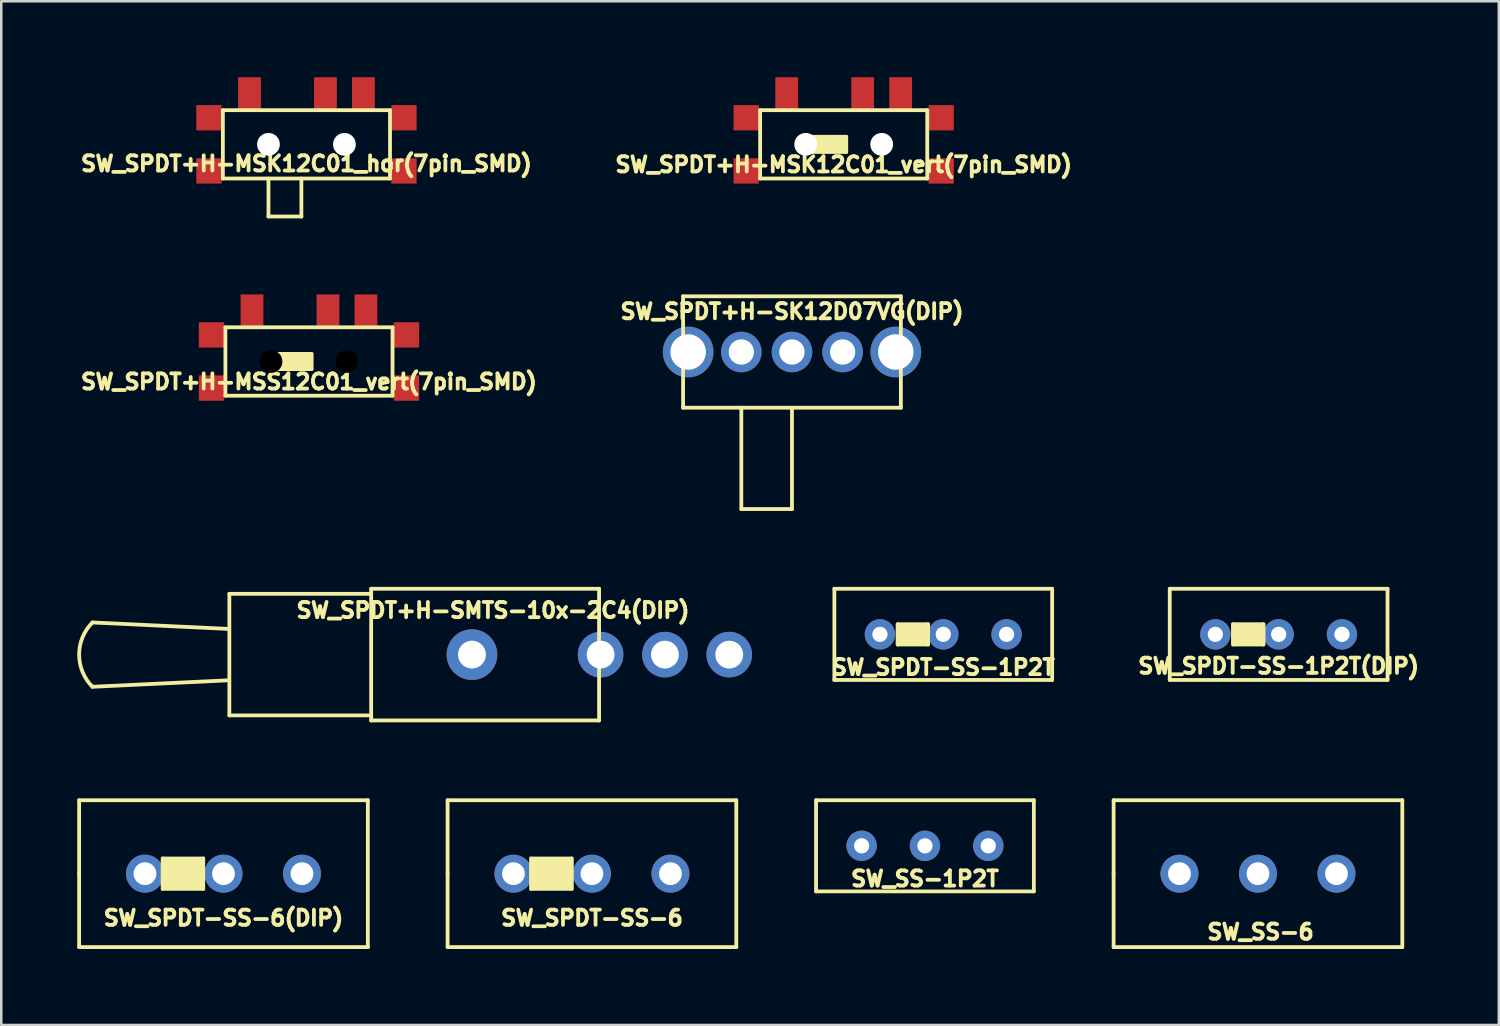
<source format=kicad_pcb>
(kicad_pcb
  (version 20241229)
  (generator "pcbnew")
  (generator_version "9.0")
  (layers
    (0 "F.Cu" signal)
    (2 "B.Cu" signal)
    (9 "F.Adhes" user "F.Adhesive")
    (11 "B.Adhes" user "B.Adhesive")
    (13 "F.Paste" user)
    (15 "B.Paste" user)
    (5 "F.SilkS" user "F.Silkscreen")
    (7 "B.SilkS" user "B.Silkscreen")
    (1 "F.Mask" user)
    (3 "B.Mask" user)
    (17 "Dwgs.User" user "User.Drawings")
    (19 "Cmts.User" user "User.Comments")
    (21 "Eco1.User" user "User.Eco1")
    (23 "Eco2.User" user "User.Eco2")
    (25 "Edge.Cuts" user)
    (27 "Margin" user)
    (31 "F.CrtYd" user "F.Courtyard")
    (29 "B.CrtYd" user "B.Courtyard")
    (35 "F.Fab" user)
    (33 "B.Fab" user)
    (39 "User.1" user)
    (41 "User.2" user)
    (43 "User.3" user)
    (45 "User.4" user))
  (footprint "SW_SPDT+H-MSS12C01_vert(7pin_SMD)"
    (layer "F.Cu")
    (at 9.151 11.225)
    (property "Reference" "SW_SPDT+H-MSS12C01_vert(7pin_SMD)" (at 0 0.8 0) (layer "F.SilkS") (effects (font (size 0.6 0.6) (thickness 0.15))))
    (attr smd)
    (fp_line (start -3.3 -1.35) (end 3.3 -1.35) (stroke (width 0.15) (type solid)) (layer "F.SilkS"))
    (fp_line (start -3.3 1.35) (end -3.3 -1.35) (stroke (width 0.15) (type solid)) (layer "F.SilkS"))
    (fp_line (start -1.5 -0.3) (end -1.5 0.3) (stroke (width 0.15) (type solid)) (layer "F.SilkS"))
    (fp_line (start -1.5 0.3) (end 0.1 0.3) (stroke (width 0.15) (type solid)) (layer "F.SilkS"))
    (fp_line (start 0.1 -0.3) (end -1.5 -0.3) (stroke (width 0.15) (type solid)) (layer "F.SilkS"))
    (fp_line (start 0.1 -0.2) (end -1.5 -0.2) (stroke (width 0.15) (type solid)) (layer "F.SilkS"))
    (fp_line (start 0.1 -0.1) (end -1.5 -0.1) (stroke (width 0.15) (type solid)) (layer "F.SilkS"))
    (fp_line (start 0.1 0) (end -1.5 0) (stroke (width 0.15) (type solid)) (layer "F.SilkS"))
    (fp_line (start 0.1 0.1) (end -1.5 0.1) (stroke (width 0.15) (type solid)) (layer "F.SilkS"))
    (fp_line (start 0.1 0.2) (end -1.5 0.2) (stroke (width 0.15) (type solid)) (layer "F.SilkS"))
    (fp_line (start 0.1 0.3) (end 0.1 -0.3) (stroke (width 0.15) (type solid)) (layer "F.SilkS"))
    (fp_line (start 3.3 -1.35) (end 3.3 1.35) (stroke (width 0.15) (type solid)) (layer "F.SilkS"))
    (fp_line (start 3.3 1.35) (end -3.3 1.35) (stroke (width 0.15) (type solid)) (layer "F.SilkS"))
    (pad "" np_thru_hole circle (at -1.5 0) (size 1.3 1.3) (drill 0.9) (layers "*.Mask"))
    (pad "" np_thru_hole circle (at 1.5 0) (size 1.3 1.3) (drill 0.9) (layers "*.Mask"))
    (pad "1" smd rect (at -2.25 -2) (size 0.9 1.3) (layers "F.Cu" "F.Mask" "F.Paste"))
    (pad "2" smd rect (at 0.75 -2) (size 0.9 1.3) (layers "F.Cu" "F.Mask" "F.Paste"))
    (pad "3" smd rect (at 2.25 -2) (size 0.9 1.3) (layers "F.Cu" "F.Mask" "F.Paste"))
    (pad "H" smd rect (at -3.85 -1.05) (size 1 1) (layers "F.Cu" "F.Mask" "F.Paste"))
    (pad "H" smd rect (at -3.85 1.05) (size 1 1) (layers "F.Cu" "F.Mask" "F.Paste"))
    (pad "H" smd rect (at 3.85 -1.05) (size 1 1) (layers "F.Cu" "F.Mask" "F.Paste"))
    (pad "H" smd rect (at 3.85 1.05) (size 1 1) (layers "F.Cu" "F.Mask" "F.Paste")))
  (footprint "SW_SPDT-SS-1P2T"
    (layer "F.Cu")
    (at 34.198 22)
    (property "Reference" "SW_SPDT-SS-1P2T" (at 0 1.3 0) (layer "F.SilkS") (effects (font (size 0.6 0.6) (thickness 0.15))))
    (attr through_hole)
    (fp_line (start -4.3 -1.8) (end 4.3 -1.8) (stroke (width 0.15) (type solid)) (layer "F.SilkS"))
    (fp_line (start -4.3 1.8) (end -4.3 -1.8) (stroke (width 0.15) (type solid)) (layer "F.SilkS"))
    (fp_line (start -1.8 -0.4) (end -1.8 0.4) (stroke (width 0.15) (type solid)) (layer "F.SilkS"))
    (fp_line (start -1.8 -0.3) (end -0.6 -0.3) (stroke (width 0.15) (type solid)) (layer "F.SilkS"))
    (fp_line (start -1.8 -0.1) (end -0.6 -0.1) (stroke (width 0.15) (type solid)) (layer "F.SilkS"))
    (fp_line (start -1.8 0.1) (end -0.6 0.1) (stroke (width 0.15) (type solid)) (layer "F.SilkS"))
    (fp_line (start -1.8 0.3) (end -0.6 0.3) (stroke (width 0.15) (type solid)) (layer "F.SilkS"))
    (fp_line (start -0.6 -0.4) (end -1.8 -0.4) (stroke (width 0.15) (type solid)) (layer "F.SilkS"))
    (fp_line (start -0.6 -0.2) (end -1.8 -0.2) (stroke (width 0.15) (type solid)) (layer "F.SilkS"))
    (fp_line (start -0.6 0) (end -1.8 0) (stroke (width 0.15) (type solid)) (layer "F.SilkS"))
    (fp_line (start -0.6 0.2) (end -1.8 0.2) (stroke (width 0.15) (type solid)) (layer "F.SilkS"))
    (fp_line (start -0.6 0.4) (end -1.8 0.4) (stroke (width 0.15) (type solid)) (layer "F.SilkS"))
    (fp_line (start -0.6 0.4) (end -0.6 -0.4) (stroke (width 0.15) (type solid)) (layer "F.SilkS"))
    (fp_line (start 4.3 -1.8) (end 4.3 1.8) (stroke (width 0.15) (type solid)) (layer "F.SilkS"))
    (fp_line (start 4.3 1.8) (end -4.3 1.8) (stroke (width 0.15) (type solid)) (layer "F.SilkS"))
    (pad "1" thru_hole circle (at -2.5 0) (size 1.2 1.2) (drill 0.6) (layers "*.Cu" "*.Mask"))
    (pad "2" thru_hole circle (at 0 0) (size 1.2 1.2) (drill 0.6) (layers "*.Cu" "*.Mask"))
    (pad "3" thru_hole circle (at 2.5 0) (size 1.2 1.2) (drill 0.6) (layers "*.Cu" "*.Mask")))
  (footprint "SW_SPDT-SS-6"
    (layer "F.Cu")
    (at 20.325 31.45)
    (property "Reference" "SW_SPDT-SS-6" (at 0 1.75 0) (layer "F.SilkS") (effects (font (size 0.6 0.6) (thickness 0.15))))
    (attr through_hole)
    (fp_line (start -5.7 -2.9) (end 5.7 -2.9) (stroke (width 0.15) (type solid)) (layer "F.SilkS"))
    (fp_line (start -5.7 0) (end -5.7 -2.9) (stroke (width 0.15) (type solid)) (layer "F.SilkS"))
    (fp_line (start -5.7 2.9) (end -5.7 0) (stroke (width 0.15) (type solid)) (layer "F.SilkS"))
    (fp_line (start -2.4 -0.6) (end -2.4 0.6) (stroke (width 0.15) (type solid)) (layer "F.SilkS"))
    (fp_line (start -2.4 -0.3) (end -0.8 -0.3) (stroke (width 0.15) (type solid)) (layer "F.SilkS"))
    (fp_line (start -2.4 0.1) (end -0.8 0.1) (stroke (width 0.15) (type solid)) (layer "F.SilkS"))
    (fp_line (start -2.4 0.5) (end -0.8 0.5) (stroke (width 0.15) (type solid)) (layer "F.SilkS"))
    (fp_line (start -0.8 -0.6) (end -2.4 -0.6) (stroke (width 0.15) (type solid)) (layer "F.SilkS"))
    (fp_line (start -0.8 -0.6) (end -0.8 0.6) (stroke (width 0.15) (type solid)) (layer "F.SilkS"))
    (fp_line (start -0.8 -0.5) (end -2.4 -0.5) (stroke (width 0.15) (type solid)) (layer "F.SilkS"))
    (fp_line (start -0.8 -0.4) (end -2.4 -0.4) (stroke (width 0.15) (type solid)) (layer "F.SilkS"))
    (fp_line (start -0.8 -0.2) (end -2.4 -0.2) (stroke (width 0.15) (type solid)) (layer "F.SilkS"))
    (fp_line (start -0.8 -0.1) (end -2.4 -0.1) (stroke (width 0.15) (type solid)) (layer "F.SilkS"))
    (fp_line (start -0.8 0) (end -2.4 0) (stroke (width 0.15) (type solid)) (layer "F.SilkS"))
    (fp_line (start -0.8 0.2) (end -2.4 0.2) (stroke (width 0.15) (type solid)) (layer "F.SilkS"))
    (fp_line (start -0.8 0.3) (end -2.4 0.3) (stroke (width 0.15) (type solid)) (layer "F.SilkS"))
    (fp_line (start -0.8 0.4) (end -2.4 0.4) (stroke (width 0.15) (type solid)) (layer "F.SilkS"))
    (fp_line (start -0.8 0.6) (end -2.4 0.6) (stroke (width 0.15) (type solid)) (layer "F.SilkS"))
    (fp_line (start 5.7 -2.9) (end 5.7 2.9) (stroke (width 0.15) (type solid)) (layer "F.SilkS"))
    (fp_line (start 5.7 2.9) (end -5.7 2.9) (stroke (width 0.15) (type solid)) (layer "F.SilkS"))
    (pad "1" thru_hole circle (at -3.1 0) (size 1.5 1.5) (drill 0.9) (layers "*.Cu" "*.Mask"))
    (pad "2" thru_hole circle (at 0 0) (size 1.5 1.5) (drill 0.9) (layers "*.Cu" "*.Mask"))
    (pad "3" thru_hole circle (at 3.1 0) (size 1.5 1.5) (drill 0.9) (layers "*.Cu" "*.Mask")))
  (footprint "SW_SPDT-SS-1P2T(DIP)"
    (layer "F.Cu")
    (at 47.442 22)
    (property "Reference" "SW_SPDT-SS-1P2T(DIP)" (at 0 1.25 0) (layer "F.SilkS") (effects (font (size 0.6 0.6) (thickness 0.15))))
    (attr through_hole)
    (fp_line (start -4.3 -1.8) (end 4.3 -1.8) (stroke (width 0.15) (type solid)) (layer "F.SilkS"))
    (fp_line (start -4.3 1.8) (end -4.3 -1.8) (stroke (width 0.15) (type solid)) (layer "F.SilkS"))
    (fp_line (start -1.8 -0.4) (end -1.8 0.4) (stroke (width 0.15) (type solid)) (layer "F.SilkS"))
    (fp_line (start -1.8 -0.3) (end -0.6 -0.3) (stroke (width 0.15) (type solid)) (layer "F.SilkS"))
    (fp_line (start -1.8 -0.1) (end -0.6 -0.1) (stroke (width 0.15) (type solid)) (layer "F.SilkS"))
    (fp_line (start -1.8 0.1) (end -0.6 0.1) (stroke (width 0.15) (type solid)) (layer "F.SilkS"))
    (fp_line (start -1.8 0.3) (end -0.6 0.3) (stroke (width 0.15) (type solid)) (layer "F.SilkS"))
    (fp_line (start -0.6 -0.4) (end -1.8 -0.4) (stroke (width 0.15) (type solid)) (layer "F.SilkS"))
    (fp_line (start -0.6 -0.2) (end -1.8 -0.2) (stroke (width 0.15) (type solid)) (layer "F.SilkS"))
    (fp_line (start -0.6 0) (end -1.8 0) (stroke (width 0.15) (type solid)) (layer "F.SilkS"))
    (fp_line (start -0.6 0.2) (end -1.8 0.2) (stroke (width 0.15) (type solid)) (layer "F.SilkS"))
    (fp_line (start -0.6 0.4) (end -1.8 0.4) (stroke (width 0.15) (type solid)) (layer "F.SilkS"))
    (fp_line (start -0.6 0.4) (end -0.6 -0.4) (stroke (width 0.15) (type solid)) (layer "F.SilkS"))
    (fp_line (start 4.3 -1.8) (end 4.3 1.8) (stroke (width 0.15) (type solid)) (layer "F.SilkS"))
    (fp_line (start 4.3 1.8) (end -4.3 1.8) (stroke (width 0.15) (type solid)) (layer "F.SilkS"))
    (pad "1" thru_hole circle (at -2.5 0) (size 1.2 1.2) (drill 0.6) (layers "*.Cu" "*.Mask"))
    (pad "2" thru_hole circle (at 0 0) (size 1.2 1.2) (drill 0.6) (layers "*.Cu" "*.Mask"))
    (pad "3" thru_hole circle (at 2.5 0) (size 1.2 1.2) (drill 0.6) (layers "*.Cu" "*.Mask")))
  (footprint "SW_SPDT+H-MSK12C01_hor(7pin_SMD)"
    (layer "F.Cu")
    (at 9.051 2.65)
    (property "Reference" "SW_SPDT+H-MSK12C01_hor(7pin_SMD)" (at 0 0.762 0) (layer "F.SilkS") (effects (font (size 0.6 0.6) (thickness 0.15))))
    (attr smd)
    (fp_line (start -3.3 -1.35) (end 3.3 -1.35) (stroke (width 0.15) (type solid)) (layer "F.SilkS"))
    (fp_line (start -3.3 1.35) (end -3.3 -1.35) (stroke (width 0.15) (type solid)) (layer "F.SilkS"))
    (fp_line (start -1.5 1.35) (end -1.5 2.85) (stroke (width 0.15) (type solid)) (layer "F.SilkS"))
    (fp_line (start -1.5 2.85) (end -0.2 2.85) (stroke (width 0.15) (type solid)) (layer "F.SilkS"))
    (fp_line (start -0.2 1.35) (end -0.2 2.85) (stroke (width 0.15) (type solid)) (layer "F.SilkS"))
    (fp_line (start 3.3 -1.35) (end 3.3 1.35) (stroke (width 0.15) (type solid)) (layer "F.SilkS"))
    (fp_line (start 3.3 1.35) (end -3.3 1.35) (stroke (width 0.15) (type solid)) (layer "F.SilkS"))
    (pad "" np_thru_hole circle (at -1.5 0) (size 0.9 0.9) (drill 0.9) (layers "*.Cu" "*.Mask"))
    (pad "" np_thru_hole circle (at 1.5 0) (size 0.9 0.9) (drill 0.9) (layers "*.Cu" "*.Mask"))
    (pad "1" smd rect (at -2.25 -2) (size 0.9 1.3) (layers "F.Cu" "F.Mask" "F.Paste"))
    (pad "2" smd rect (at 0.75 -2) (size 0.9 1.3) (layers "F.Cu" "F.Mask" "F.Paste"))
    (pad "3" smd rect (at 2.25 -2) (size 0.9 1.3) (layers "F.Cu" "F.Mask" "F.Paste"))
    (pad "H" smd rect (at -3.85 -1.05) (size 1 1) (layers "F.Cu" "F.Mask" "F.Paste"))
    (pad "H" smd rect (at -3.85 1.05) (size 1 1) (layers "F.Cu" "F.Mask" "F.Paste"))
    (pad "H" smd rect (at 3.85 -1.05) (size 1 1) (layers "F.Cu" "F.Mask" "F.Paste"))
    (pad "H" smd rect (at 3.85 1.05) (size 1 1) (layers "F.Cu" "F.Mask" "F.Paste")))
  (footprint "SW_SPDT+H-MSK12C01_vert(7pin_SMD)"
    (layer "F.Cu")
    (at 30.266 2.65)
    (property "Reference" "SW_SPDT+H-MSK12C01_vert(7pin_SMD)" (at 0 0.8 0) (layer "F.SilkS") (effects (font (size 0.6 0.6) (thickness 0.15))))
    (attr smd)
    (fp_line (start -3.3 -1.35) (end 3.3 -1.35) (stroke (width 0.15) (type solid)) (layer "F.SilkS"))
    (fp_line (start -3.3 1.35) (end -3.3 -1.35) (stroke (width 0.15) (type solid)) (layer "F.SilkS"))
    (fp_line (start -1.5 -0.3) (end -1.5 0.3) (stroke (width 0.15) (type solid)) (layer "F.SilkS"))
    (fp_line (start -1.5 0.3) (end 0.1 0.3) (stroke (width 0.15) (type solid)) (layer "F.SilkS"))
    (fp_line (start 0.1 -0.3) (end -1.5 -0.3) (stroke (width 0.15) (type solid)) (layer "F.SilkS"))
    (fp_line (start 0.1 -0.2) (end -1.5 -0.2) (stroke (width 0.15) (type solid)) (layer "F.SilkS"))
    (fp_line (start 0.1 -0.1) (end -1.5 -0.1) (stroke (width 0.15) (type solid)) (layer "F.SilkS"))
    (fp_line (start 0.1 0) (end -1.5 0) (stroke (width 0.15) (type solid)) (layer "F.SilkS"))
    (fp_line (start 0.1 0.1) (end -1.5 0.1) (stroke (width 0.15) (type solid)) (layer "F.SilkS"))
    (fp_line (start 0.1 0.2) (end -1.5 0.2) (stroke (width 0.15) (type solid)) (layer "F.SilkS"))
    (fp_line (start 0.1 0.3) (end 0.1 -0.3) (stroke (width 0.15) (type solid)) (layer "F.SilkS"))
    (fp_line (start 3.3 -1.35) (end 3.3 1.35) (stroke (width 0.15) (type solid)) (layer "F.SilkS"))
    (fp_line (start 3.3 1.35) (end -3.3 1.35) (stroke (width 0.15) (type solid)) (layer "F.SilkS"))
    (pad "" np_thru_hole circle (at -1.5 0) (size 0.9 0.9) (drill 0.9) (layers "*.Cu" "*.Mask"))
    (pad "" np_thru_hole circle (at 1.5 0) (size 0.9 0.9) (drill 0.9) (layers "*.Cu" "*.Mask"))
    (pad "1" smd rect (at -2.25 -2) (size 0.9 1.3) (layers "F.Cu" "F.Mask" "F.Paste"))
    (pad "2" smd rect (at 0.75 -2) (size 0.9 1.3) (layers "F.Cu" "F.Mask" "F.Paste"))
    (pad "3" smd rect (at 2.25 -2) (size 0.9 1.3) (layers "F.Cu" "F.Mask" "F.Paste"))
    (pad "H" smd rect (at -3.85 -1.05) (size 1 1) (layers "F.Cu" "F.Mask" "F.Paste"))
    (pad "H" smd rect (at -3.85 1.05) (size 1 1) (layers "F.Cu" "F.Mask" "F.Paste"))
    (pad "H" smd rect (at 3.85 -1.05) (size 1 1) (layers "F.Cu" "F.Mask" "F.Paste"))
    (pad "H" smd rect (at 3.85 1.05) (size 1 1) (layers "F.Cu" "F.Mask" "F.Paste")))
  (footprint "SW_SS-6"
    (layer "F.Cu")
    (at 46.625 31.45)
    (property "Reference" "SW_SS-6" (at 0.1 2.3 0) (layer "F.SilkS") (effects (font (size 0.6 0.6) (thickness 0.15))))
    (attr through_hole)
    (fp_line (start -5.7 -2.9) (end 5.7 -2.9) (stroke (width 0.15) (type solid)) (layer "F.SilkS"))
    (fp_line (start -5.7 0) (end -5.7 -2.9) (stroke (width 0.15) (type solid)) (layer "F.SilkS"))
    (fp_line (start -5.7 2.9) (end -5.7 0) (stroke (width 0.15) (type solid)) (layer "F.SilkS"))
    (fp_line (start 5.7 -2.9) (end 5.7 2.9) (stroke (width 0.15) (type solid)) (layer "F.SilkS"))
    (fp_line (start 5.7 2.9) (end -5.7 2.9) (stroke (width 0.15) (type solid)) (layer "F.SilkS"))
    (pad "1" thru_hole circle (at -3.1 0) (size 1.5 1.5) (drill 0.9) (layers "*.Cu" "*.Mask"))
    (pad "2" thru_hole circle (at 0 0) (size 1.5 1.5) (drill 0.9) (layers "*.Cu" "*.Mask"))
    (pad "3" thru_hole circle (at 3.1 0) (size 1.5 1.5) (drill 0.9) (layers "*.Cu" "*.Mask")))
  (footprint "SW_SPDT-SS-6(DIP)"
    (layer "F.Cu")
    (at 5.775 31.45)
    (property "Reference" "SW_SPDT-SS-6(DIP)" (at 0 1.75 0) (layer "F.SilkS") (effects (font (size 0.6 0.6) (thickness 0.15))))
    (attr through_hole)
    (fp_line (start -5.7 -2.9) (end 5.7 -2.9) (stroke (width 0.15) (type solid)) (layer "F.SilkS"))
    (fp_line (start -5.7 0) (end -5.7 -2.9) (stroke (width 0.15) (type solid)) (layer "F.SilkS"))
    (fp_line (start -5.7 2.9) (end -5.7 0) (stroke (width 0.15) (type solid)) (layer "F.SilkS"))
    (fp_line (start -2.4 -0.6) (end -2.4 0.6) (stroke (width 0.15) (type solid)) (layer "F.SilkS"))
    (fp_line (start -2.4 -0.3) (end -0.8 -0.3) (stroke (width 0.15) (type solid)) (layer "F.SilkS"))
    (fp_line (start -2.4 0.1) (end -0.8 0.1) (stroke (width 0.15) (type solid)) (layer "F.SilkS"))
    (fp_line (start -2.4 0.5) (end -0.8 0.5) (stroke (width 0.15) (type solid)) (layer "F.SilkS"))
    (fp_line (start -0.8 -0.6) (end -2.4 -0.6) (stroke (width 0.15) (type solid)) (layer "F.SilkS"))
    (fp_line (start -0.8 -0.6) (end -0.8 0.6) (stroke (width 0.15) (type solid)) (layer "F.SilkS"))
    (fp_line (start -0.8 -0.5) (end -2.4 -0.5) (stroke (width 0.15) (type solid)) (layer "F.SilkS"))
    (fp_line (start -0.8 -0.4) (end -2.4 -0.4) (stroke (width 0.15) (type solid)) (layer "F.SilkS"))
    (fp_line (start -0.8 -0.2) (end -2.4 -0.2) (stroke (width 0.15) (type solid)) (layer "F.SilkS"))
    (fp_line (start -0.8 -0.1) (end -2.4 -0.1) (stroke (width 0.15) (type solid)) (layer "F.SilkS"))
    (fp_line (start -0.8 0) (end -2.4 0) (stroke (width 0.15) (type solid)) (layer "F.SilkS"))
    (fp_line (start -0.8 0.2) (end -2.4 0.2) (stroke (width 0.15) (type solid)) (layer "F.SilkS"))
    (fp_line (start -0.8 0.3) (end -2.4 0.3) (stroke (width 0.15) (type solid)) (layer "F.SilkS"))
    (fp_line (start -0.8 0.4) (end -2.4 0.4) (stroke (width 0.15) (type solid)) (layer "F.SilkS"))
    (fp_line (start -0.8 0.6) (end -2.4 0.6) (stroke (width 0.15) (type solid)) (layer "F.SilkS"))
    (fp_line (start 5.7 -2.9) (end 5.7 2.9) (stroke (width 0.15) (type solid)) (layer "F.SilkS"))
    (fp_line (start 5.7 2.9) (end -5.7 2.9) (stroke (width 0.15) (type solid)) (layer "F.SilkS"))
    (pad "1" thru_hole circle (at -3.1 0) (size 1.5 1.5) (drill 0.9) (layers "*.Cu" "*.Mask"))
    (pad "2" thru_hole circle (at 0 0) (size 1.5 1.5) (drill 0.9) (layers "*.Cu" "*.Mask"))
    (pad "3" thru_hole circle (at 3.1 0) (size 1.5 1.5) (drill 0.9) (layers "*.Cu" "*.Mask")))
  (footprint "SW_SPDT+H-SK12D07VG(DIP)"
    (layer "F.Cu")
    (at 28.224 10.85)
    (property "Reference" "SW_SPDT+H-SK12D07VG(DIP)" (at 0 -1.6 0) (layer "F.SilkS") (effects (font (size 0.6 0.6) (thickness 0.15))))
    (attr through_hole)
    (fp_line (start -4.3 -2.2) (end 4.3 -2.2) (stroke (width 0.15) (type solid)) (layer "F.SilkS"))
    (fp_line (start -4.3 2.2) (end -4.3 -2.2) (stroke (width 0.15) (type solid)) (layer "F.SilkS"))
    (fp_line (start -2 6.2) (end -2 2.2) (stroke (width 0.15) (type solid)) (layer "F.SilkS"))
    (fp_line (start -2 6.2) (end 0 6.2) (stroke (width 0.15) (type solid)) (layer "F.SilkS"))
    (fp_line (start 0 2.2) (end 0 6.2) (stroke (width 0.15) (type solid)) (layer "F.SilkS"))
    (fp_line (start 4.3 -2.2) (end 4.3 2.2) (stroke (width 0.15) (type solid)) (layer "F.SilkS"))
    (fp_line (start 4.3 2.2) (end -4.3 2.2) (stroke (width 0.15) (type solid)) (layer "F.SilkS"))
    (pad "1" thru_hole circle (at -2 0) (size 1.6 1.6) (drill 1) (layers "*.Cu" "*.Mask"))
    (pad "2" thru_hole circle (at 0 0) (size 1.6 1.6) (drill 1) (layers "*.Cu" "*.Mask"))
    (pad "3" thru_hole circle (at 2 0) (size 1.6 1.6) (drill 1) (layers "*.Cu" "*.Mask"))
    (pad "H" thru_hole circle (at -4.1 0) (size 2 2) (drill 1.4) (layers "*.Cu" "*.Mask"))
    (pad "H" thru_hole circle (at 4.1 0) (size 2 2) (drill 1.4) (layers "*.Cu" "*.Mask")))
  (footprint "SW_SS-1P2T"
    (layer "F.Cu")
    (at 33.475 30.35)
    (property "Reference" "SW_SS-1P2T" (at 0 1.3 0) (layer "F.SilkS") (effects (font (size 0.6 0.6) (thickness 0.15))))
    (attr through_hole)
    (fp_line (start -4.3 -1.8) (end 4.3 -1.8) (stroke (width 0.15) (type solid)) (layer "F.SilkS"))
    (fp_line (start -4.3 1.8) (end -4.3 -1.8) (stroke (width 0.15) (type solid)) (layer "F.SilkS"))
    (fp_line (start 4.3 -1.8) (end 4.3 1.8) (stroke (width 0.15) (type solid)) (layer "F.SilkS"))
    (fp_line (start 4.3 1.8) (end -4.3 1.8) (stroke (width 0.15) (type solid)) (layer "F.SilkS"))
    (pad "1" thru_hole circle (at -2.5 0) (size 1.2 1.2) (drill 0.6) (layers "*.Cu" "*.Mask"))
    (pad "2" thru_hole circle (at 0 0) (size 1.2 1.2) (drill 0.6) (layers "*.Cu" "*.Mask"))
    (pad "3" thru_hole circle (at 2.5 0) (size 1.2 1.2) (drill 0.6) (layers "*.Cu" "*.Mask")))
  (footprint "SW_SPDT+H-SMTS-10x-2C4(DIP)"
    (layer "F.Cu")
    (at 20.667 22.8)
    (property "Reference" "SW_SPDT+H-SMTS-10x-2C4(DIP)" (at -4.25 -1.75 0) (layer "F.SilkS") (effects (font (size 0.6 0.6) (thickness 0.15))))
    (attr through_hole)
    (fp_line (start -20.066 -1.27) (end -14.732 -1.016) (stroke (width 0.15) (type solid)) (layer "F.SilkS"))
    (fp_line (start -20.066 1.27) (end -14.732 1.016) (stroke (width 0.15) (type solid)) (layer "F.SilkS"))
    (fp_line (start -14.66 -2.4) (end -14.66 2.4) (stroke (width 0.15) (type solid)) (layer "F.SilkS"))
    (fp_line (start -14.66 -2.4) (end -9.06 -2.4) (stroke (width 0.15) (type solid)) (layer "F.SilkS"))
    (fp_line (start -14.66 2.4) (end -9.06 2.4) (stroke (width 0.15) (type solid)) (layer "F.SilkS"))
    (fp_line (start -9.06 -2.6) (end -9.06 2.6) (stroke (width 0.15) (type solid)) (layer "F.SilkS"))
    (fp_line (start -9.06 -2.6) (end -0.06 -2.6) (stroke (width 0.15) (type solid)) (layer "F.SilkS"))
    (fp_line (start -9.06 2.6) (end -0.06 2.6) (stroke (width 0.15) (type solid)) (layer "F.SilkS"))
    (fp_line (start -0.06 2.6) (end -0.06 -2.6) (stroke (width 0.15) (type solid)) (layer "F.SilkS"))
    (fp_arc (start -20.066 1.27) (mid -20.592051 0) (end -20.066 -1.27) (stroke (width 0.15) (type solid)) (layer "F.SilkS"))
    (pad "1" thru_hole circle (at 5.08 0) (size 1.8 1.8) (drill 1.1) (layers "*.Cu" "*.Mask"))
    (pad "2" thru_hole circle (at 2.54 0) (size 1.8 1.8) (drill 1.1) (layers "*.Cu" "*.Mask"))
    (pad "3" thru_hole circle (at 0 0) (size 1.8 1.8) (drill 1.1) (layers "*.Cu" "*.Mask"))
    (pad "H" thru_hole circle (at -5.08 0) (size 2 2) (drill 1.1) (layers "*.Cu" "*.Mask")))
  (gr_rect
    (start -3 -3)
    (end 56.136 37.425)
    (stroke (width 0.1) (type default))
    (fill no)
    (layer "Edge.Cuts")))
</source>
